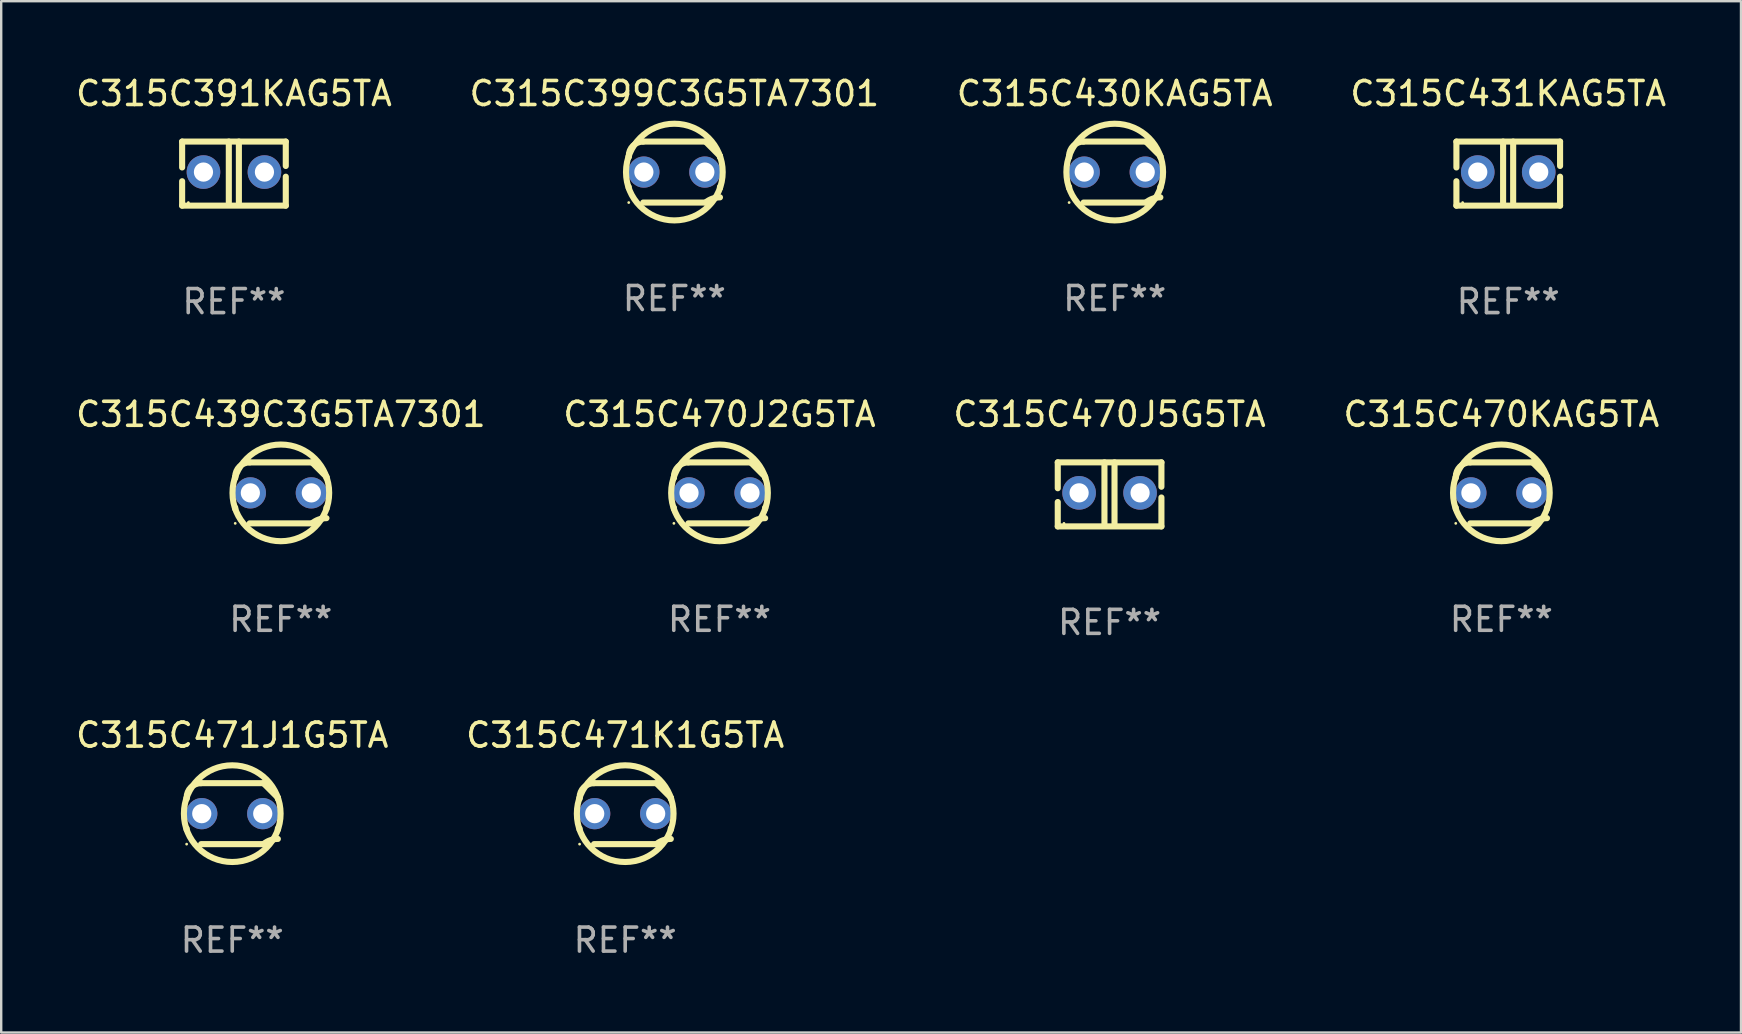
<source format=kicad_pcb>
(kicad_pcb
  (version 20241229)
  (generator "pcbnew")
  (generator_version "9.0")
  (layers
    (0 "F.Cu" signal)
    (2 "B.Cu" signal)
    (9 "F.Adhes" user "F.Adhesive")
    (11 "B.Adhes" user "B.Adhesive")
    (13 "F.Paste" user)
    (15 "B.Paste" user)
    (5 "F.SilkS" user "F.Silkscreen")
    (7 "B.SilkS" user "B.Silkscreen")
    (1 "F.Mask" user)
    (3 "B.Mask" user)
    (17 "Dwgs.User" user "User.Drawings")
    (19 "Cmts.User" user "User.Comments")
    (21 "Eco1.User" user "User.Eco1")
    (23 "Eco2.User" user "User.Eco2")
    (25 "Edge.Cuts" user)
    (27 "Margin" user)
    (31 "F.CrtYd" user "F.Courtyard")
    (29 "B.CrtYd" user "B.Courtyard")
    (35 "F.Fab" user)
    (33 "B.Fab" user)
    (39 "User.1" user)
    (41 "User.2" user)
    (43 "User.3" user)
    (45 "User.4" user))
  (footprint "C315C399C3G5TA7301"
    (layer "F.Cu")
    (at 25.042 4.118)
    (property "Reference" "C315C399C3G5TA7301" (at 0 -3.27 0) (layer "F.SilkS") (effects (font (size 1 1) (thickness 0.15))))
    (attr through_hole)
    (fp_line (start -1.9 -0.615) (end -1.9 -0.668) (stroke (width 0.254) (type solid)) (layer "F.SilkS"))
    (fp_line (start -1.9 0.668) (end -1.9 0.615) (stroke (width 0.254) (type solid)) (layer "F.SilkS"))
    (fp_line (start -1.298 1.27) (end 1.298 1.27) (stroke (width 0.254) (type solid)) (layer "F.SilkS"))
    (fp_line (start -1.298 -1.27) (end 1.298 -1.27) (stroke (width 0.254) (type solid)) (layer "F.SilkS"))
    (fp_line (start 1.9 -0.668) (end 1.9 -0.615) (stroke (width 0.254) (type solid)) (layer "F.SilkS"))
    (fp_line (start 1.9 0.615) (end 1.9 0.668) (stroke (width 0.254) (type solid)) (layer "F.SilkS"))
    (fp_arc (start -1.900025 0.667602) (mid 1.900003 -0.66758) (end -1.900025 0.667602) (stroke (width 0.254001) (type solid)) (layer "F.SilkS"))
    (fp_arc (start -1.9 -0.667602) (mid -1.723557 -1.093572) (end -1.297587 -1.270015) (stroke (width 0.254001) (type solid)) (layer "F.SilkS"))
    (fp_arc (start 1.297587 1.26999) (mid 1.579878 1.109027) (end 1.9 1.053172) (stroke (width 0.254001) (type solid)) (layer "F.SilkS"))
    (fp_arc (start 1.297611 -1.270042) (mid 1.598991 -0.969008) (end 1.900025 -0.667628) (stroke (width 0.254001) (type solid)) (layer "F.SilkS"))
    (fp_circle (center -1.9 1.27) (end -1.87 1.27) (stroke (width 0.06) (type solid)) (fill no) (layer "F.SilkS"))
    (fp_text user "REF**" (at 0 5.27 0) (layer "F.Fab") (effects (font (size 1 1) (thickness 0.15))))
    (pad "1" thru_hole circle (at -1.27 -0.000013) (size 1.3 1.3) (drill 0.8) (layers "*.Cu" "*.Mask"))
    (pad "2" thru_hole circle (at 1.27 -0.000013) (size 1.3 1.3) (drill 0.8) (layers "*.Cu" "*.Mask")))
  (footprint "C315C391KAG5TA"
    (layer "F.Cu")
    (at 6.696 4.182)
    (property "Reference" "C315C391KAG5TA" (at 0 -3.334 0) (layer "F.SilkS") (effects (font (size 1 1) (thickness 0.15))))
    (attr through_hole)
    (fp_line (start -2.159 -1.334) (end 2.159 -1.334) (stroke (width 0.254) (type solid)) (layer "F.SilkS"))
    (fp_line (start -2.159 -0.256) (end -2.159 -1.334) (stroke (width 0.254) (type solid)) (layer "F.SilkS"))
    (fp_line (start -2.159 1.334) (end -2.159 0.318) (stroke (width 0.254) (type solid)) (layer "F.SilkS"))
    (fp_line (start -0.214 -1.334) (end -0.214 1.207) (stroke (width 0.254) (type solid)) (layer "F.SilkS"))
    (fp_line (start 0.205 -1.334) (end 0.205 1.207) (stroke (width 0.254) (type solid)) (layer "F.SilkS"))
    (fp_line (start 2.159 -1.334) (end 2.159 -0.318) (stroke (width 0.254) (type solid)) (layer "F.SilkS"))
    (fp_line (start 2.159 0.129) (end 2.159 1.334) (stroke (width 0.254) (type solid)) (layer "F.SilkS"))
    (fp_line (start 2.159 1.334) (end -2.159 1.334) (stroke (width 0.254) (type solid)) (layer "F.SilkS"))
    (fp_circle (center -1.9 1.207) (end -1.87 1.207) (stroke (width 0.06) (type solid)) (fill no) (layer "F.SilkS"))
    (fp_text user "REF**" (at 0 5.334 0) (layer "F.Fab") (effects (font (size 1 1) (thickness 0.15))))
    (pad "1" thru_hole circle (at -1.27 -0.064) (size 1.4 1.4) (drill 0.8) (layers "*.Cu" "*.Mask"))
    (pad "2" thru_hole circle (at 1.27 -0.064) (size 1.4 1.4) (drill 0.8) (layers "*.Cu" "*.Mask")))
  (footprint "C315C471K1G5TA"
    (layer "F.Cu")
    (at 22.994 30.845)
    (property "Reference" "C315C471K1G5TA" (at 0 -3.27 0) (layer "F.SilkS") (effects (font (size 1 1) (thickness 0.15))))
    (attr through_hole)
    (fp_line (start -1.9 -0.615) (end -1.9 -0.668) (stroke (width 0.254) (type solid)) (layer "F.SilkS"))
    (fp_line (start -1.9 0.668) (end -1.9 0.615) (stroke (width 0.254) (type solid)) (layer "F.SilkS"))
    (fp_line (start -1.298 1.27) (end 1.298 1.27) (stroke (width 0.254) (type solid)) (layer "F.SilkS"))
    (fp_line (start -1.298 -1.27) (end 1.298 -1.27) (stroke (width 0.254) (type solid)) (layer "F.SilkS"))
    (fp_line (start 1.9 -0.668) (end 1.9 -0.615) (stroke (width 0.254) (type solid)) (layer "F.SilkS"))
    (fp_line (start 1.9 0.615) (end 1.9 0.668) (stroke (width 0.254) (type solid)) (layer "F.SilkS"))
    (fp_arc (start -1.900025 0.667602) (mid 1.900003 -0.66758) (end -1.900025 0.667602) (stroke (width 0.254001) (type solid)) (layer "F.SilkS"))
    (fp_arc (start -1.9 -0.667602) (mid -1.723557 -1.093572) (end -1.297587 -1.270015) (stroke (width 0.254001) (type solid)) (layer "F.SilkS"))
    (fp_arc (start 1.297587 1.26999) (mid 1.579878 1.109027) (end 1.9 1.053172) (stroke (width 0.254001) (type solid)) (layer "F.SilkS"))
    (fp_arc (start 1.297611 -1.270042) (mid 1.598991 -0.969008) (end 1.900025 -0.667628) (stroke (width 0.254001) (type solid)) (layer "F.SilkS"))
    (fp_circle (center -1.9 1.27) (end -1.87 1.27) (stroke (width 0.06) (type solid)) (fill no) (layer "F.SilkS"))
    (fp_text user "REF**" (at 0 5.27 0) (layer "F.Fab") (effects (font (size 1 1) (thickness 0.15))))
    (pad "1" thru_hole circle (at -1.27 -0.000013) (size 1.3 1.3) (drill 0.8) (layers "*.Cu" "*.Mask"))
    (pad "2" thru_hole circle (at 1.27 -0.000013) (size 1.3 1.3) (drill 0.8) (layers "*.Cu" "*.Mask")))
  (footprint "C315C439C3G5TA7301"
    (layer "F.Cu")
    (at 8.649 17.482)
    (property "Reference" "C315C439C3G5TA7301" (at 0 -3.27 0) (layer "F.SilkS") (effects (font (size 1 1) (thickness 0.15))))
    (attr through_hole)
    (fp_line (start -1.9 -0.615) (end -1.9 -0.668) (stroke (width 0.254) (type solid)) (layer "F.SilkS"))
    (fp_line (start -1.9 0.668) (end -1.9 0.615) (stroke (width 0.254) (type solid)) (layer "F.SilkS"))
    (fp_line (start -1.298 1.27) (end 1.298 1.27) (stroke (width 0.254) (type solid)) (layer "F.SilkS"))
    (fp_line (start -1.298 -1.27) (end 1.298 -1.27) (stroke (width 0.254) (type solid)) (layer "F.SilkS"))
    (fp_line (start 1.9 -0.668) (end 1.9 -0.615) (stroke (width 0.254) (type solid)) (layer "F.SilkS"))
    (fp_line (start 1.9 0.615) (end 1.9 0.668) (stroke (width 0.254) (type solid)) (layer "F.SilkS"))
    (fp_arc (start -1.900025 0.667602) (mid 1.900003 -0.66758) (end -1.900025 0.667602) (stroke (width 0.254001) (type solid)) (layer "F.SilkS"))
    (fp_arc (start -1.9 -0.667602) (mid -1.723557 -1.093572) (end -1.297587 -1.270015) (stroke (width 0.254001) (type solid)) (layer "F.SilkS"))
    (fp_arc (start 1.297587 1.26999) (mid 1.579878 1.109027) (end 1.9 1.053172) (stroke (width 0.254001) (type solid)) (layer "F.SilkS"))
    (fp_arc (start 1.297611 -1.270042) (mid 1.598991 -0.969008) (end 1.900025 -0.667628) (stroke (width 0.254001) (type solid)) (layer "F.SilkS"))
    (fp_circle (center -1.9 1.27) (end -1.87 1.27) (stroke (width 0.06) (type solid)) (fill no) (layer "F.SilkS"))
    (fp_text user "REF**" (at 0 5.27 0) (layer "F.Fab") (effects (font (size 1 1) (thickness 0.15))))
    (pad "1" thru_hole circle (at -1.27 -0.000013) (size 1.3 1.3) (drill 0.8) (layers "*.Cu" "*.Mask"))
    (pad "2" thru_hole circle (at 1.27 -0.000013) (size 1.3 1.3) (drill 0.8) (layers "*.Cu" "*.Mask")))
  (footprint "C315C470J5G5TA"
    (layer "F.Cu")
    (at 43.173 17.545)
    (property "Reference" "C315C470J5G5TA" (at 0 -3.334 0) (layer "F.SilkS") (effects (font (size 1 1) (thickness 0.15))))
    (attr through_hole)
    (fp_line (start -2.159 -1.334) (end 2.159 -1.334) (stroke (width 0.254) (type solid)) (layer "F.SilkS"))
    (fp_line (start -2.159 -0.256) (end -2.159 -1.334) (stroke (width 0.254) (type solid)) (layer "F.SilkS"))
    (fp_line (start -2.159 1.334) (end -2.159 0.318) (stroke (width 0.254) (type solid)) (layer "F.SilkS"))
    (fp_line (start -0.214 -1.334) (end -0.214 1.207) (stroke (width 0.254) (type solid)) (layer "F.SilkS"))
    (fp_line (start 0.205 -1.334) (end 0.205 1.207) (stroke (width 0.254) (type solid)) (layer "F.SilkS"))
    (fp_line (start 2.159 -1.334) (end 2.159 -0.318) (stroke (width 0.254) (type solid)) (layer "F.SilkS"))
    (fp_line (start 2.159 0.129) (end 2.159 1.334) (stroke (width 0.254) (type solid)) (layer "F.SilkS"))
    (fp_line (start 2.159 1.334) (end -2.159 1.334) (stroke (width 0.254) (type solid)) (layer "F.SilkS"))
    (fp_circle (center -1.9 1.207) (end -1.87 1.207) (stroke (width 0.06) (type solid)) (fill no) (layer "F.SilkS"))
    (fp_text user "REF**" (at 0 5.334 0) (layer "F.Fab") (effects (font (size 1 1) (thickness 0.15))))
    (pad "1" thru_hole circle (at -1.27 -0.064) (size 1.4 1.4) (drill 0.8) (layers "*.Cu" "*.Mask"))
    (pad "2" thru_hole circle (at 1.27 -0.064) (size 1.4 1.4) (drill 0.8) (layers "*.Cu" "*.Mask")))
  (footprint "C315C471J1G5TA"
    (layer "F.Cu")
    (at 6.625 30.845)
    (property "Reference" "C315C471J1G5TA" (at 0 -3.27 0) (layer "F.SilkS") (effects (font (size 1 1) (thickness 0.15))))
    (attr through_hole)
    (fp_line (start -1.9 -0.615) (end -1.9 -0.668) (stroke (width 0.254) (type solid)) (layer "F.SilkS"))
    (fp_line (start -1.9 0.668) (end -1.9 0.615) (stroke (width 0.254) (type solid)) (layer "F.SilkS"))
    (fp_line (start -1.298 1.27) (end 1.298 1.27) (stroke (width 0.254) (type solid)) (layer "F.SilkS"))
    (fp_line (start -1.298 -1.27) (end 1.298 -1.27) (stroke (width 0.254) (type solid)) (layer "F.SilkS"))
    (fp_line (start 1.9 -0.668) (end 1.9 -0.615) (stroke (width 0.254) (type solid)) (layer "F.SilkS"))
    (fp_line (start 1.9 0.615) (end 1.9 0.668) (stroke (width 0.254) (type solid)) (layer "F.SilkS"))
    (fp_arc (start -1.900025 0.667602) (mid 1.900003 -0.66758) (end -1.900025 0.667602) (stroke (width 0.254001) (type solid)) (layer "F.SilkS"))
    (fp_arc (start -1.9 -0.667602) (mid -1.723557 -1.093572) (end -1.297587 -1.270015) (stroke (width 0.254001) (type solid)) (layer "F.SilkS"))
    (fp_arc (start 1.297587 1.26999) (mid 1.579878 1.109027) (end 1.9 1.053172) (stroke (width 0.254001) (type solid)) (layer "F.SilkS"))
    (fp_arc (start 1.297611 -1.270042) (mid 1.598991 -0.969008) (end 1.900025 -0.667628) (stroke (width 0.254001) (type solid)) (layer "F.SilkS"))
    (fp_circle (center -1.9 1.27) (end -1.87 1.27) (stroke (width 0.06) (type solid)) (fill no) (layer "F.SilkS"))
    (fp_text user "REF**" (at 0 5.27 0) (layer "F.Fab") (effects (font (size 1 1) (thickness 0.15))))
    (pad "1" thru_hole circle (at -1.27 -0.000013) (size 1.3 1.3) (drill 0.8) (layers "*.Cu" "*.Mask"))
    (pad "2" thru_hole circle (at 1.27 -0.000013) (size 1.3 1.3) (drill 0.8) (layers "*.Cu" "*.Mask")))
  (footprint "C315C470KAG5TA"
    (layer "F.Cu")
    (at 59.494 17.482)
    (property "Reference" "C315C470KAG5TA" (at 0 -3.27 0) (layer "F.SilkS") (effects (font (size 1 1) (thickness 0.15))))
    (attr through_hole)
    (fp_line (start -1.9 -0.615) (end -1.9 -0.668) (stroke (width 0.254) (type solid)) (layer "F.SilkS"))
    (fp_line (start -1.9 0.668) (end -1.9 0.615) (stroke (width 0.254) (type solid)) (layer "F.SilkS"))
    (fp_line (start -1.298 1.27) (end 1.298 1.27) (stroke (width 0.254) (type solid)) (layer "F.SilkS"))
    (fp_line (start -1.298 -1.27) (end 1.298 -1.27) (stroke (width 0.254) (type solid)) (layer "F.SilkS"))
    (fp_line (start 1.9 -0.668) (end 1.9 -0.615) (stroke (width 0.254) (type solid)) (layer "F.SilkS"))
    (fp_line (start 1.9 0.615) (end 1.9 0.668) (stroke (width 0.254) (type solid)) (layer "F.SilkS"))
    (fp_arc (start -1.900025 0.667602) (mid 1.900003 -0.66758) (end -1.900025 0.667602) (stroke (width 0.254001) (type solid)) (layer "F.SilkS"))
    (fp_arc (start -1.9 -0.667602) (mid -1.723557 -1.093572) (end -1.297587 -1.270015) (stroke (width 0.254001) (type solid)) (layer "F.SilkS"))
    (fp_arc (start 1.297587 1.26999) (mid 1.579878 1.109027) (end 1.9 1.053172) (stroke (width 0.254001) (type solid)) (layer "F.SilkS"))
    (fp_arc (start 1.297611 -1.270042) (mid 1.598991 -0.969008) (end 1.900025 -0.667628) (stroke (width 0.254001) (type solid)) (layer "F.SilkS"))
    (fp_circle (center -1.9 1.27) (end -1.87 1.27) (stroke (width 0.06) (type solid)) (fill no) (layer "F.SilkS"))
    (fp_text user "REF**" (at 0 5.27 0) (layer "F.Fab") (effects (font (size 1 1) (thickness 0.15))))
    (pad "1" thru_hole circle (at -1.27 -0.000013) (size 1.3 1.3) (drill 0.8) (layers "*.Cu" "*.Mask"))
    (pad "2" thru_hole circle (at 1.27 -0.000013) (size 1.3 1.3) (drill 0.8) (layers "*.Cu" "*.Mask")))
  (footprint "C315C470J2G5TA"
    (layer "F.Cu")
    (at 26.923 17.482)
    (property "Reference" "C315C470J2G5TA" (at 0 -3.27 0) (layer "F.SilkS") (effects (font (size 1 1) (thickness 0.15))))
    (attr through_hole)
    (fp_line (start -1.9 -0.615) (end -1.9 -0.668) (stroke (width 0.254) (type solid)) (layer "F.SilkS"))
    (fp_line (start -1.9 0.668) (end -1.9 0.615) (stroke (width 0.254) (type solid)) (layer "F.SilkS"))
    (fp_line (start -1.298 1.27) (end 1.298 1.27) (stroke (width 0.254) (type solid)) (layer "F.SilkS"))
    (fp_line (start -1.298 -1.27) (end 1.298 -1.27) (stroke (width 0.254) (type solid)) (layer "F.SilkS"))
    (fp_line (start 1.9 -0.668) (end 1.9 -0.615) (stroke (width 0.254) (type solid)) (layer "F.SilkS"))
    (fp_line (start 1.9 0.615) (end 1.9 0.668) (stroke (width 0.254) (type solid)) (layer "F.SilkS"))
    (fp_arc (start -1.900025 0.667602) (mid 1.900003 -0.66758) (end -1.900025 0.667602) (stroke (width 0.254001) (type solid)) (layer "F.SilkS"))
    (fp_arc (start -1.9 -0.667602) (mid -1.723557 -1.093572) (end -1.297587 -1.270015) (stroke (width 0.254001) (type solid)) (layer "F.SilkS"))
    (fp_arc (start 1.297587 1.26999) (mid 1.579878 1.109027) (end 1.9 1.053172) (stroke (width 0.254001) (type solid)) (layer "F.SilkS"))
    (fp_arc (start 1.297611 -1.270042) (mid 1.598991 -0.969008) (end 1.900025 -0.667628) (stroke (width 0.254001) (type solid)) (layer "F.SilkS"))
    (fp_circle (center -1.9 1.27) (end -1.87 1.27) (stroke (width 0.06) (type solid)) (fill no) (layer "F.SilkS"))
    (fp_text user "REF**" (at 0 5.27 0) (layer "F.Fab") (effects (font (size 1 1) (thickness 0.15))))
    (pad "1" thru_hole circle (at -1.27 -0.000013) (size 1.3 1.3) (drill 0.8) (layers "*.Cu" "*.Mask"))
    (pad "2" thru_hole circle (at 1.27 -0.000013) (size 1.3 1.3) (drill 0.8) (layers "*.Cu" "*.Mask")))
  (footprint "C315C431KAG5TA"
    (layer "F.Cu")
    (at 59.78 4.182)
    (property "Reference" "C315C431KAG5TA" (at 0 -3.334 0) (layer "F.SilkS") (effects (font (size 1 1) (thickness 0.15))))
    (attr through_hole)
    (fp_line (start -2.159 -1.334) (end 2.159 -1.334) (stroke (width 0.254) (type solid)) (layer "F.SilkS"))
    (fp_line (start -2.159 -0.256) (end -2.159 -1.334) (stroke (width 0.254) (type solid)) (layer "F.SilkS"))
    (fp_line (start -2.159 1.334) (end -2.159 0.318) (stroke (width 0.254) (type solid)) (layer "F.SilkS"))
    (fp_line (start -0.214 -1.334) (end -0.214 1.207) (stroke (width 0.254) (type solid)) (layer "F.SilkS"))
    (fp_line (start 0.205 -1.334) (end 0.205 1.207) (stroke (width 0.254) (type solid)) (layer "F.SilkS"))
    (fp_line (start 2.159 -1.334) (end 2.159 -0.318) (stroke (width 0.254) (type solid)) (layer "F.SilkS"))
    (fp_line (start 2.159 0.129) (end 2.159 1.334) (stroke (width 0.254) (type solid)) (layer "F.SilkS"))
    (fp_line (start 2.159 1.334) (end -2.159 1.334) (stroke (width 0.254) (type solid)) (layer "F.SilkS"))
    (fp_circle (center -1.9 1.207) (end -1.87 1.207) (stroke (width 0.06) (type solid)) (fill no) (layer "F.SilkS"))
    (fp_text user "REF**" (at 0 5.334 0) (layer "F.Fab") (effects (font (size 1 1) (thickness 0.15))))
    (pad "1" thru_hole circle (at -1.27 -0.064) (size 1.4 1.4) (drill 0.8) (layers "*.Cu" "*.Mask"))
    (pad "2" thru_hole circle (at 1.27 -0.064) (size 1.4 1.4) (drill 0.8) (layers "*.Cu" "*.Mask")))
  (footprint "C315C430KAG5TA"
    (layer "F.Cu")
    (at 43.387 4.118)
    (property "Reference" "C315C430KAG5TA" (at 0 -3.27 0) (layer "F.SilkS") (effects (font (size 1 1) (thickness 0.15))))
    (attr through_hole)
    (fp_line (start -1.9 -0.615) (end -1.9 -0.668) (stroke (width 0.254) (type solid)) (layer "F.SilkS"))
    (fp_line (start -1.9 0.668) (end -1.9 0.615) (stroke (width 0.254) (type solid)) (layer "F.SilkS"))
    (fp_line (start -1.298 1.27) (end 1.298 1.27) (stroke (width 0.254) (type solid)) (layer "F.SilkS"))
    (fp_line (start -1.298 -1.27) (end 1.298 -1.27) (stroke (width 0.254) (type solid)) (layer "F.SilkS"))
    (fp_line (start 1.9 -0.668) (end 1.9 -0.615) (stroke (width 0.254) (type solid)) (layer "F.SilkS"))
    (fp_line (start 1.9 0.615) (end 1.9 0.668) (stroke (width 0.254) (type solid)) (layer "F.SilkS"))
    (fp_arc (start -1.900025 0.667602) (mid 1.900003 -0.66758) (end -1.900025 0.667602) (stroke (width 0.254001) (type solid)) (layer "F.SilkS"))
    (fp_arc (start -1.9 -0.667602) (mid -1.723557 -1.093572) (end -1.297587 -1.270015) (stroke (width 0.254001) (type solid)) (layer "F.SilkS"))
    (fp_arc (start 1.297587 1.26999) (mid 1.579878 1.109027) (end 1.9 1.053172) (stroke (width 0.254001) (type solid)) (layer "F.SilkS"))
    (fp_arc (start 1.297611 -1.270042) (mid 1.598991 -0.969008) (end 1.900025 -0.667628) (stroke (width 0.254001) (type solid)) (layer "F.SilkS"))
    (fp_circle (center -1.9 1.27) (end -1.87 1.27) (stroke (width 0.06) (type solid)) (fill no) (layer "F.SilkS"))
    (fp_text user "REF**" (at 0 5.27 0) (layer "F.Fab") (effects (font (size 1 1) (thickness 0.15))))
    (pad "1" thru_hole circle (at -1.27 -0.000013) (size 1.3 1.3) (drill 0.8) (layers "*.Cu" "*.Mask"))
    (pad "2" thru_hole circle (at 1.27 -0.000013) (size 1.3 1.3) (drill 0.8) (layers "*.Cu" "*.Mask")))
  (gr_rect
    (start -3 -3)
    (end 69.476 39.964)
    (stroke (width 0.1) (type default))
    (fill no)
    (layer "Edge.Cuts")))
</source>
